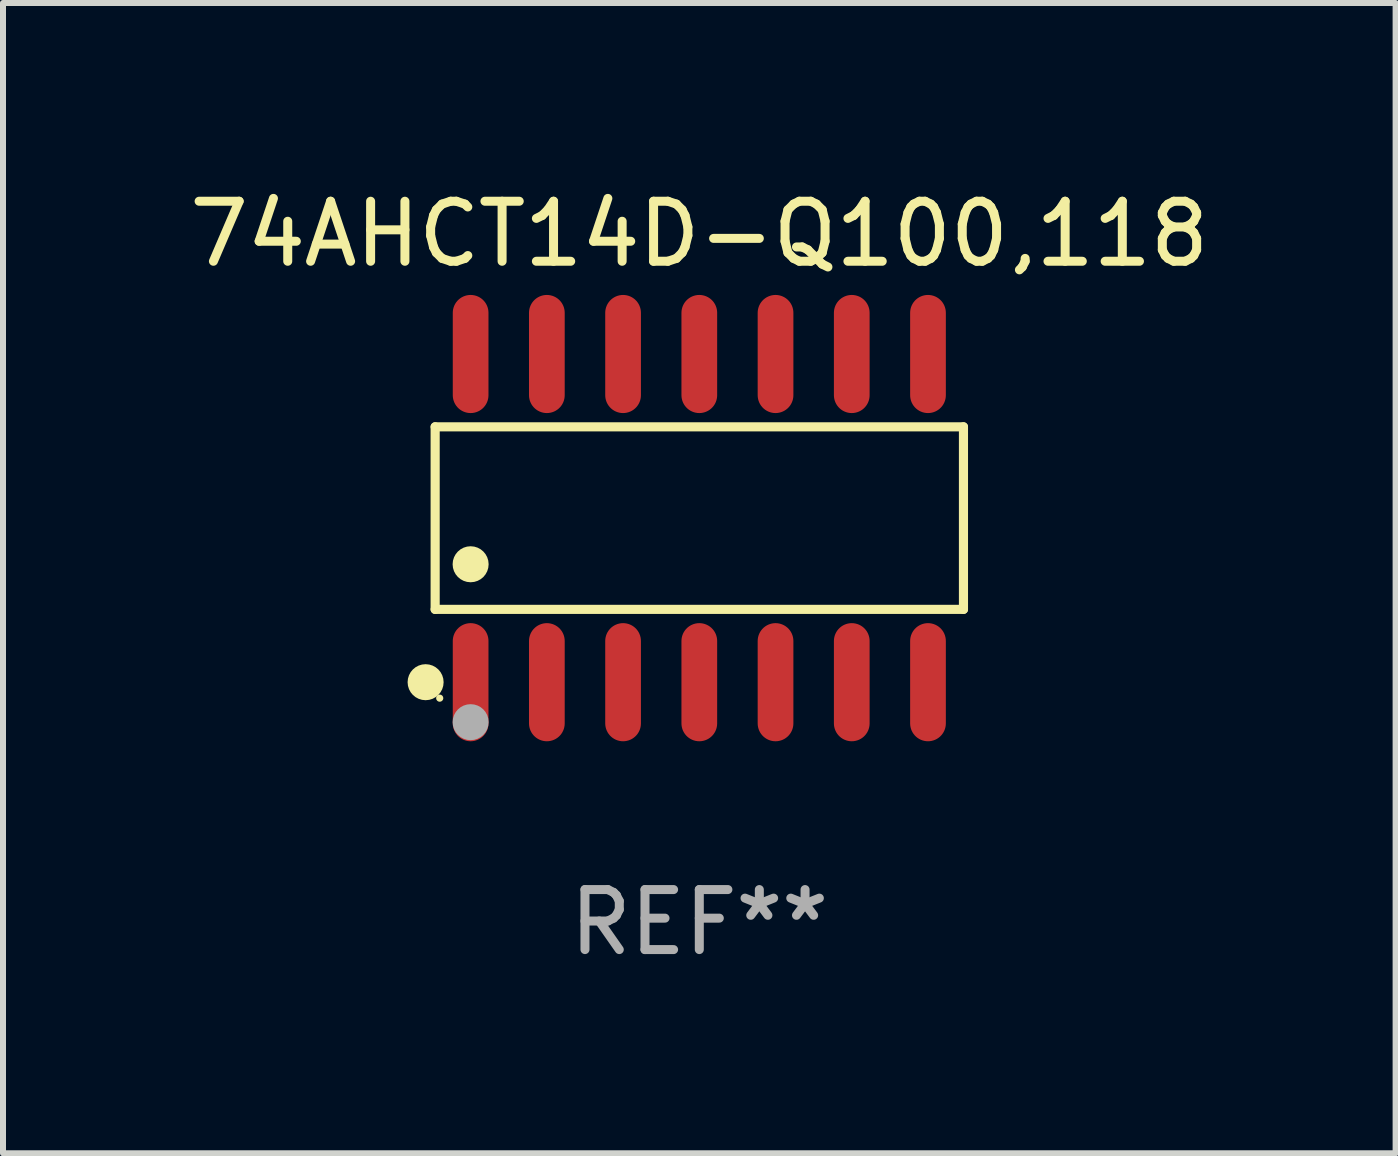
<source format=kicad_pcb>
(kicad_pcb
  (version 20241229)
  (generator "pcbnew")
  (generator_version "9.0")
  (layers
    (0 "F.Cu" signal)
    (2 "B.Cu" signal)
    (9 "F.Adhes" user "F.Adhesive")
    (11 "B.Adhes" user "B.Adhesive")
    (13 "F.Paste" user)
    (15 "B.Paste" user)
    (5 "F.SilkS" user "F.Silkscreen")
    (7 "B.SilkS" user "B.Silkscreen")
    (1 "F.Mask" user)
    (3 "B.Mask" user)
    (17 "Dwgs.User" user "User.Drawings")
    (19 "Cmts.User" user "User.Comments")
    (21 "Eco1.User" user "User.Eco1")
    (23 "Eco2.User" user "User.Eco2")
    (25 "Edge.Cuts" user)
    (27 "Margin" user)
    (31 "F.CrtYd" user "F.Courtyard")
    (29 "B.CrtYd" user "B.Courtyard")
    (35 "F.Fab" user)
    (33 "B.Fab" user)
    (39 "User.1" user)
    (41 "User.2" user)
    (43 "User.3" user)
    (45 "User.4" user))
  (footprint "74AHCT14D-Q100,118"
    (layer "F.Cu")
    (at 8.601 5.582)
    (property "Reference" "74AHCT14D-Q100,118" (at 0 -4.734 0) (layer "F.SilkS") (effects (font (size 1 1) (thickness 0.15))))
    (attr through_hole)
    (fp_line (start -4.401 -1.521) (end 4.401 -1.521) (stroke (width 0.152) (type solid)) (layer "F.SilkS"))
    (fp_line (start -4.401 1.521) (end -4.401 -1.521) (stroke (width 0.152) (type solid)) (layer "F.SilkS"))
    (fp_line (start 4.401 -1.521) (end 4.401 1.521) (stroke (width 0.152) (type solid)) (layer "F.SilkS"))
    (fp_line (start 4.401 1.521) (end -4.401 1.521) (stroke (width 0.152) (type solid)) (layer "F.SilkS"))
    (fp_circle (center -4.56 2.734) (end -4.41 2.734) (stroke (width 0.3) (type solid)) (fill no) (layer "F.SilkS"))
    (fp_circle (center -4.325 3) (end -4.295 3) (stroke (width 0.06) (type solid)) (fill no) (layer "F.SilkS"))
    (fp_circle (center -3.81 0.769) (end -3.66 0.769) (stroke (width 0.3) (type solid)) (fill no) (layer "F.SilkS"))
    (fp_circle (center -3.81 3.4) (end -3.66 3.4) (stroke (width 0.3) (type solid)) (fill no) (layer "F.Fab"))
    (fp_text user "REF**" (at 0 6.734 0) (layer "F.Fab") (effects (font (size 1 1) (thickness 0.15))))
    (pad "1" smd oval (at -3.81 2.734) (size 0.595 1.968) (layers "F.Cu" "F.Mask" "F.Paste"))
    (pad "2" smd oval (at -2.54 2.734) (size 0.595 1.968) (layers "F.Cu" "F.Mask" "F.Paste"))
    (pad "3" smd oval (at -1.27 2.734) (size 0.595 1.968) (layers "F.Cu" "F.Mask" "F.Paste"))
    (pad "4" smd oval (at 0 2.734) (size 0.595 1.968) (layers "F.Cu" "F.Mask" "F.Paste"))
    (pad "5" smd oval (at 1.27 2.734) (size 0.595 1.968) (layers "F.Cu" "F.Mask" "F.Paste"))
    (pad "6" smd oval (at 2.54 2.734) (size 0.595 1.968) (layers "F.Cu" "F.Mask" "F.Paste"))
    (pad "7" smd oval (at 3.81 2.734) (size 0.595 1.968) (layers "F.Cu" "F.Mask" "F.Paste"))
    (pad "8" smd oval (at 3.81 -2.734) (size 0.595 1.968) (layers "F.Cu" "F.Mask" "F.Paste"))
    (pad "9" smd oval (at 2.54 -2.734) (size 0.595 1.968) (layers "F.Cu" "F.Mask" "F.Paste"))
    (pad "10" smd oval (at 1.27 -2.734) (size 0.595 1.968) (layers "F.Cu" "F.Mask" "F.Paste"))
    (pad "11" smd oval (at 0 -2.734) (size 0.595 1.968) (layers "F.Cu" "F.Mask" "F.Paste"))
    (pad "12" smd oval (at -1.27 -2.734) (size 0.595 1.968) (layers "F.Cu" "F.Mask" "F.Paste"))
    (pad "13" smd oval (at -2.54 -2.734) (size 0.595 1.968) (layers "F.Cu" "F.Mask" "F.Paste"))
    (pad "14" smd oval (at -3.81 -2.734) (size 0.595 1.968) (layers "F.Cu" "F.Mask" "F.Paste")))
  (gr_rect
    (start -3 -3)
    (end 20.202 16.164)
    (stroke (width 0.1) (type default))
    (fill no)
    (layer "Edge.Cuts")))
</source>
